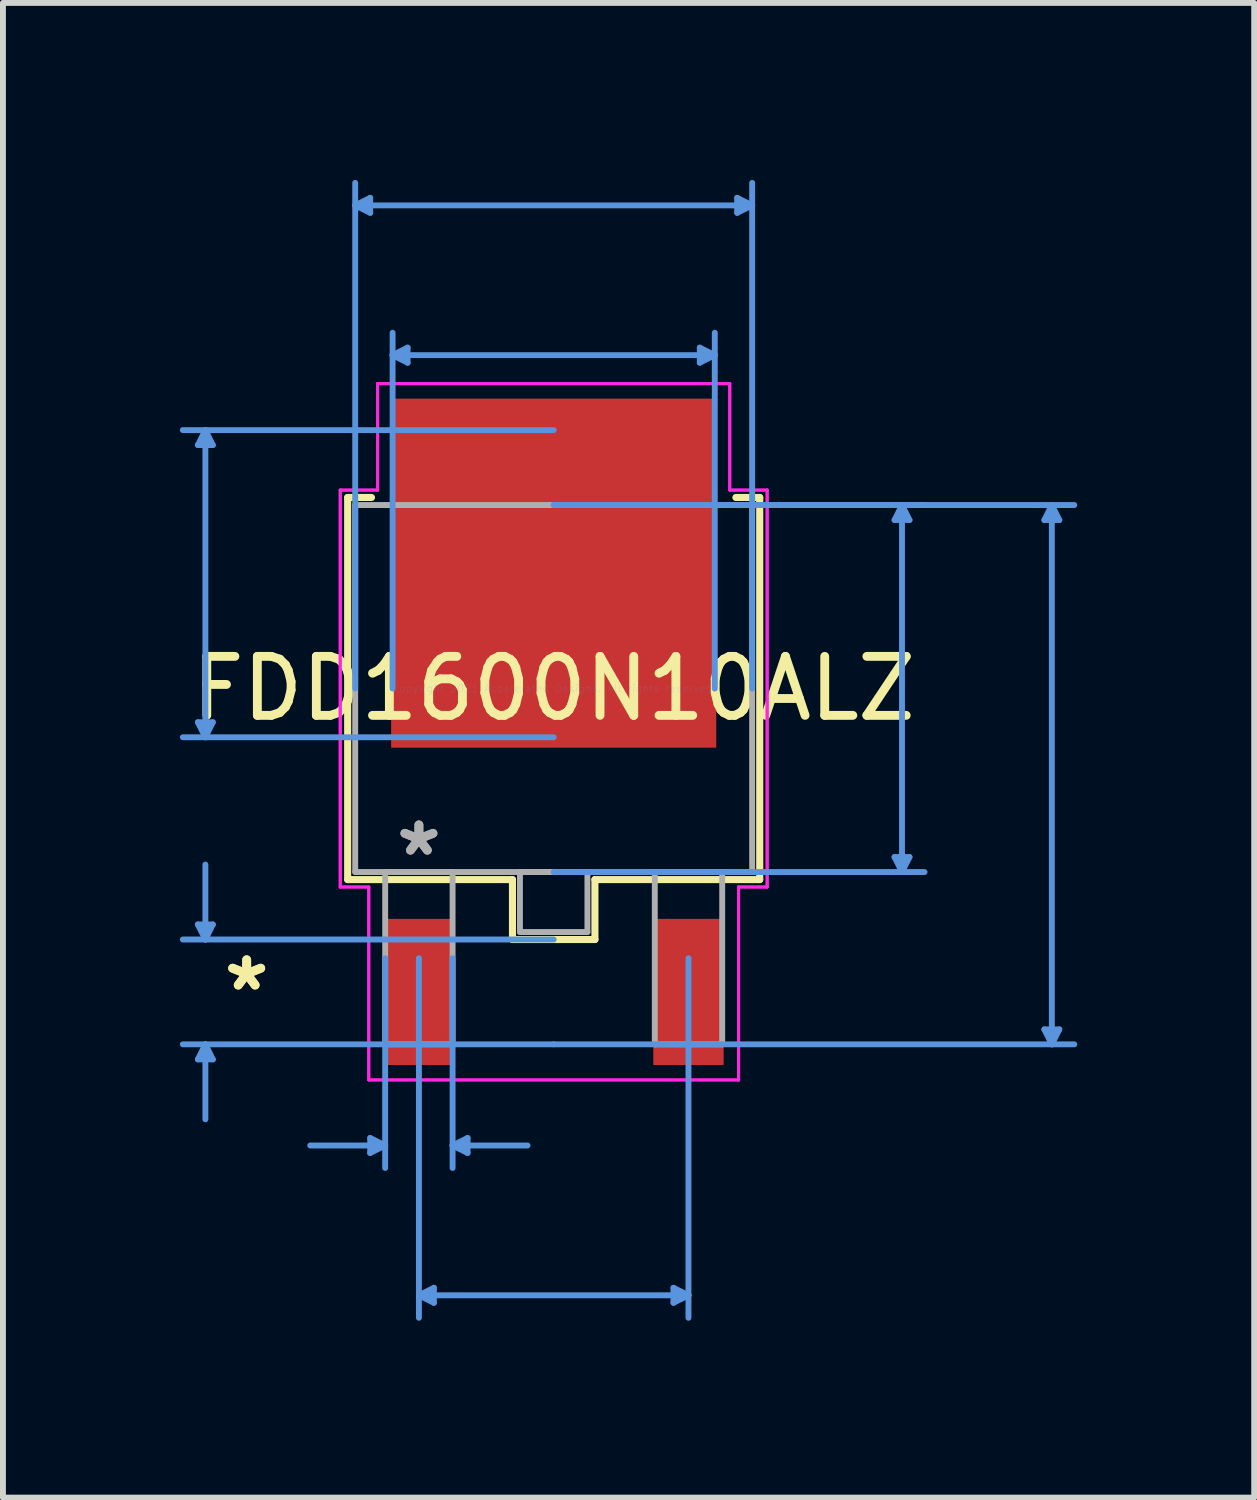
<source format=kicad_pcb>
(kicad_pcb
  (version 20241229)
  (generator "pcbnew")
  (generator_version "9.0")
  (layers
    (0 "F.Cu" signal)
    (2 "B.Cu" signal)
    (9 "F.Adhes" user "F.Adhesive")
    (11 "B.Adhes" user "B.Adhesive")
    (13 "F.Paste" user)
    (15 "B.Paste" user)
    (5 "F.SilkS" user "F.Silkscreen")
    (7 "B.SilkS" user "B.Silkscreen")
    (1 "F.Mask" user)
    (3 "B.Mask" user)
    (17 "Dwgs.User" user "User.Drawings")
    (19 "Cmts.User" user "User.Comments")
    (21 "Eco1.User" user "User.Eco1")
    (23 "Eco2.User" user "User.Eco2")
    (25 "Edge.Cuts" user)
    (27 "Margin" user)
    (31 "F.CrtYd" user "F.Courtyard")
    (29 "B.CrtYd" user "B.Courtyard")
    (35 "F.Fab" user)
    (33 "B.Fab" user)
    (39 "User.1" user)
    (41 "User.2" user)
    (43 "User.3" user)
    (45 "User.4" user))
  (footprint "FDD1600N10ALZ"
    (layer "F.Cu")
    (at 6.337 8.623)
    (property "Reference" "FDD1600N10ALZ" (at 0 0 0) (layer "F.SilkS") (effects (font (size 1 1) (thickness 0.15))))
    (attr through_hole)
    (fp_line (start -3.493 -3.239) (end -3.493 3.239) (stroke (width 0.12) (type solid)) (layer "F.SilkS"))
    (fp_line (start -3.493 3.239) (end -0.699 3.239) (stroke (width 0.12) (type solid)) (layer "F.SilkS"))
    (fp_line (start -3.089 -3.239) (end -3.493 -3.239) (stroke (width 0.12) (type solid)) (layer "F.SilkS"))
    (fp_line (start -0.699 3.239) (end -0.699 4.255) (stroke (width 0.12) (type solid)) (layer "F.SilkS"))
    (fp_line (start -0.699 4.255) (end 0.699 4.255) (stroke (width 0.12) (type solid)) (layer "F.SilkS"))
    (fp_line (start 0.699 3.239) (end 3.493 3.239) (stroke (width 0.12) (type solid)) (layer "F.SilkS"))
    (fp_line (start 0.699 4.255) (end 0.699 3.239) (stroke (width 0.12) (type solid)) (layer "F.SilkS"))
    (fp_line (start 3.493 -3.239) (end 3.089 -3.239) (stroke (width 0.12) (type solid)) (layer "F.SilkS"))
    (fp_line (start 3.493 3.239) (end 3.493 -3.239) (stroke (width 0.12) (type solid)) (layer "F.SilkS"))
    (fp_line (start -6.032 -4.128) (end -5.779 -4.128) (stroke (width 0.1) (type solid)) (layer "Cmts.User"))
    (fp_line (start -6.032 0.572) (end -5.779 0.572) (stroke (width 0.1) (type solid)) (layer "Cmts.User"))
    (fp_line (start -6.032 4) (end -5.779 4) (stroke (width 0.1) (type solid)) (layer "Cmts.User"))
    (fp_line (start -6.032 6.287) (end -5.779 6.287) (stroke (width 0.1) (type solid)) (layer "Cmts.User"))
    (fp_line (start -5.905 -4.381) (end -6.032 -4.128) (stroke (width 0.1) (type solid)) (layer "Cmts.User"))
    (fp_line (start -5.905 -4.381) (end -5.905 0.826) (stroke (width 0.1) (type solid)) (layer "Cmts.User"))
    (fp_line (start -5.905 -4.381) (end -5.779 -4.128) (stroke (width 0.1) (type solid)) (layer "Cmts.User"))
    (fp_line (start -5.905 0.826) (end -6.032 0.572) (stroke (width 0.1) (type solid)) (layer "Cmts.User"))
    (fp_line (start -5.905 0.826) (end -5.779 0.572) (stroke (width 0.1) (type solid)) (layer "Cmts.User"))
    (fp_line (start -5.905 4.255) (end -6.032 4) (stroke (width 0.1) (type solid)) (layer "Cmts.User"))
    (fp_line (start -5.905 4.255) (end -5.905 2.985) (stroke (width 0.1) (type solid)) (layer "Cmts.User"))
    (fp_line (start -5.905 4.255) (end -5.779 4) (stroke (width 0.1) (type solid)) (layer "Cmts.User"))
    (fp_line (start -5.905 6.032) (end -6.032 6.287) (stroke (width 0.1) (type solid)) (layer "Cmts.User"))
    (fp_line (start -5.905 6.032) (end -5.905 7.303) (stroke (width 0.1) (type solid)) (layer "Cmts.User"))
    (fp_line (start -5.905 6.032) (end -5.779 6.287) (stroke (width 0.1) (type solid)) (layer "Cmts.User"))
    (fp_line (start -3.365 -8.191) (end -3.111 -8.319) (stroke (width 0.1) (type solid)) (layer "Cmts.User"))
    (fp_line (start -3.365 -8.191) (end -3.111 -8.065) (stroke (width 0.1) (type solid)) (layer "Cmts.User"))
    (fp_line (start -3.365 -8.191) (end 3.365 -8.191) (stroke (width 0.1) (type solid)) (layer "Cmts.User"))
    (fp_line (start -3.365 0) (end -3.365 -8.572) (stroke (width 0.1) (type solid)) (layer "Cmts.User"))
    (fp_line (start -3.111 -8.319) (end -3.111 -8.065) (stroke (width 0.1) (type solid)) (layer "Cmts.User"))
    (fp_line (start -3.111 7.62) (end -3.111 7.874) (stroke (width 0.1) (type solid)) (layer "Cmts.User"))
    (fp_line (start -2.857 4.572) (end -2.857 8.128) (stroke (width 0.1) (type solid)) (layer "Cmts.User"))
    (fp_line (start -2.857 7.747) (end -4.127 7.747) (stroke (width 0.1) (type solid)) (layer "Cmts.User"))
    (fp_line (start -2.857 7.747) (end -3.111 7.62) (stroke (width 0.1) (type solid)) (layer "Cmts.User"))
    (fp_line (start -2.857 7.747) (end -3.111 7.874) (stroke (width 0.1) (type solid)) (layer "Cmts.User"))
    (fp_line (start -2.731 -5.652) (end -2.477 -5.779) (stroke (width 0.1) (type solid)) (layer "Cmts.User"))
    (fp_line (start -2.731 -5.652) (end -2.477 -5.524) (stroke (width 0.1) (type solid)) (layer "Cmts.User"))
    (fp_line (start -2.731 -5.652) (end 2.731 -5.652) (stroke (width 0.1) (type solid)) (layer "Cmts.User"))
    (fp_line (start -2.731 0) (end -2.731 -6.032) (stroke (width 0.1) (type solid)) (layer "Cmts.User"))
    (fp_line (start -2.477 -5.779) (end -2.477 -5.524) (stroke (width 0.1) (type solid)) (layer "Cmts.User"))
    (fp_line (start -2.285 4.572) (end -2.285 10.668) (stroke (width 0.1) (type solid)) (layer "Cmts.User"))
    (fp_line (start -2.285 10.287) (end -2.031 10.16) (stroke (width 0.1) (type solid)) (layer "Cmts.User"))
    (fp_line (start -2.285 10.287) (end -2.031 10.414) (stroke (width 0.1) (type solid)) (layer "Cmts.User"))
    (fp_line (start -2.285 10.287) (end 2.285 10.287) (stroke (width 0.1) (type solid)) (layer "Cmts.User"))
    (fp_line (start -2.031 10.16) (end -2.031 10.414) (stroke (width 0.1) (type solid)) (layer "Cmts.User"))
    (fp_line (start -1.714 4.572) (end -1.714 8.128) (stroke (width 0.1) (type solid)) (layer "Cmts.User"))
    (fp_line (start -1.714 7.747) (end -1.46 7.62) (stroke (width 0.1) (type solid)) (layer "Cmts.User"))
    (fp_line (start -1.714 7.747) (end -1.46 7.874) (stroke (width 0.1) (type solid)) (layer "Cmts.User"))
    (fp_line (start -1.714 7.747) (end -0.444 7.747) (stroke (width 0.1) (type solid)) (layer "Cmts.User"))
    (fp_line (start -1.46 7.62) (end -1.46 7.874) (stroke (width 0.1) (type solid)) (layer "Cmts.User"))
    (fp_line (start 0 -4.381) (end -6.287 -4.381) (stroke (width 0.1) (type solid)) (layer "Cmts.User"))
    (fp_line (start 0 -3.111) (end 6.287 -3.111) (stroke (width 0.1) (type solid)) (layer "Cmts.User"))
    (fp_line (start 0 -3.111) (end 8.826 -3.111) (stroke (width 0.1) (type solid)) (layer "Cmts.User"))
    (fp_line (start 0 0.826) (end -6.287 0.826) (stroke (width 0.1) (type solid)) (layer "Cmts.User"))
    (fp_line (start 0 3.111) (end 6.287 3.111) (stroke (width 0.1) (type solid)) (layer "Cmts.User"))
    (fp_line (start 0 4.255) (end -6.287 4.255) (stroke (width 0.1) (type solid)) (layer "Cmts.User"))
    (fp_line (start 0 6.032) (end -6.287 6.032) (stroke (width 0.1) (type solid)) (layer "Cmts.User"))
    (fp_line (start 0 6.032) (end 8.826 6.032) (stroke (width 0.1) (type solid)) (layer "Cmts.User"))
    (fp_line (start 2.031 10.16) (end 2.031 10.414) (stroke (width 0.1) (type solid)) (layer "Cmts.User"))
    (fp_line (start 2.285 4.572) (end 2.285 10.668) (stroke (width 0.1) (type solid)) (layer "Cmts.User"))
    (fp_line (start 2.285 10.287) (end 2.031 10.16) (stroke (width 0.1) (type solid)) (layer "Cmts.User"))
    (fp_line (start 2.285 10.287) (end 2.031 10.414) (stroke (width 0.1) (type solid)) (layer "Cmts.User"))
    (fp_line (start 2.477 -5.779) (end 2.477 -5.524) (stroke (width 0.1) (type solid)) (layer "Cmts.User"))
    (fp_line (start 2.731 -5.652) (end 2.477 -5.779) (stroke (width 0.1) (type solid)) (layer "Cmts.User"))
    (fp_line (start 2.731 -5.652) (end 2.477 -5.524) (stroke (width 0.1) (type solid)) (layer "Cmts.User"))
    (fp_line (start 2.731 0) (end 2.731 -6.032) (stroke (width 0.1) (type solid)) (layer "Cmts.User"))
    (fp_line (start 3.111 -8.319) (end 3.111 -8.065) (stroke (width 0.1) (type solid)) (layer "Cmts.User"))
    (fp_line (start 3.365 -8.191) (end 3.111 -8.319) (stroke (width 0.1) (type solid)) (layer "Cmts.User"))
    (fp_line (start 3.365 -8.191) (end 3.111 -8.065) (stroke (width 0.1) (type solid)) (layer "Cmts.User"))
    (fp_line (start 3.365 0) (end 3.365 -8.572) (stroke (width 0.1) (type solid)) (layer "Cmts.User"))
    (fp_line (start 5.779 -2.857) (end 6.032 -2.857) (stroke (width 0.1) (type solid)) (layer "Cmts.User"))
    (fp_line (start 5.779 2.857) (end 6.032 2.857) (stroke (width 0.1) (type solid)) (layer "Cmts.User"))
    (fp_line (start 5.905 -3.111) (end 5.779 -2.857) (stroke (width 0.1) (type solid)) (layer "Cmts.User"))
    (fp_line (start 5.905 -3.111) (end 5.905 3.111) (stroke (width 0.1) (type solid)) (layer "Cmts.User"))
    (fp_line (start 5.905 -3.111) (end 6.032 -2.857) (stroke (width 0.1) (type solid)) (layer "Cmts.User"))
    (fp_line (start 5.905 3.111) (end 5.779 2.857) (stroke (width 0.1) (type solid)) (layer "Cmts.User"))
    (fp_line (start 5.905 3.111) (end 6.032 2.857) (stroke (width 0.1) (type solid)) (layer "Cmts.User"))
    (fp_line (start 8.319 -2.857) (end 8.572 -2.857) (stroke (width 0.1) (type solid)) (layer "Cmts.User"))
    (fp_line (start 8.319 5.779) (end 8.572 5.779) (stroke (width 0.1) (type solid)) (layer "Cmts.User"))
    (fp_line (start 8.445 -3.111) (end 8.319 -2.857) (stroke (width 0.1) (type solid)) (layer "Cmts.User"))
    (fp_line (start 8.445 -3.111) (end 8.445 6.032) (stroke (width 0.1) (type solid)) (layer "Cmts.User"))
    (fp_line (start 8.445 -3.111) (end 8.572 -2.857) (stroke (width 0.1) (type solid)) (layer "Cmts.User"))
    (fp_line (start 8.445 6.032) (end 8.319 5.779) (stroke (width 0.1) (type solid)) (layer "Cmts.User"))
    (fp_line (start 8.445 6.032) (end 8.572 5.779) (stroke (width 0.1) (type solid)) (layer "Cmts.User"))
    (fp_line (start -3.619 -3.365) (end -2.985 -3.365) (stroke (width 0.05) (type solid)) (layer "F.CrtYd"))
    (fp_line (start -3.619 -3.365) (end -2.985 -3.365) (stroke (width 0.05) (type solid)) (layer "F.CrtYd"))
    (fp_line (start -3.619 3.365) (end -3.619 -3.365) (stroke (width 0.05) (type solid)) (layer "F.CrtYd"))
    (fp_line (start -3.619 3.365) (end -3.619 -3.365) (stroke (width 0.05) (type solid)) (layer "F.CrtYd"))
    (fp_line (start -3.135 3.365) (end -3.619 3.365) (stroke (width 0.05) (type solid)) (layer "F.CrtYd"))
    (fp_line (start -3.135 3.365) (end -3.619 3.365) (stroke (width 0.05) (type solid)) (layer "F.CrtYd"))
    (fp_line (start -3.135 6.636) (end -3.135 3.365) (stroke (width 0.05) (type solid)) (layer "F.CrtYd"))
    (fp_line (start -3.135 6.636) (end -3.135 3.365) (stroke (width 0.05) (type solid)) (layer "F.CrtYd"))
    (fp_line (start -2.985 -5.169) (end 2.985 -5.169) (stroke (width 0.05) (type solid)) (layer "F.CrtYd"))
    (fp_line (start -2.985 -5.169) (end 2.985 -5.169) (stroke (width 0.05) (type solid)) (layer "F.CrtYd"))
    (fp_line (start -2.985 -3.365) (end -2.985 -5.169) (stroke (width 0.05) (type solid)) (layer "F.CrtYd"))
    (fp_line (start -2.985 -3.365) (end -2.985 -5.169) (stroke (width 0.05) (type solid)) (layer "F.CrtYd"))
    (fp_line (start 2.985 -5.169) (end 2.985 -3.365) (stroke (width 0.05) (type solid)) (layer "F.CrtYd"))
    (fp_line (start 2.985 -5.169) (end 2.985 -3.365) (stroke (width 0.05) (type solid)) (layer "F.CrtYd"))
    (fp_line (start 2.985 -3.365) (end 3.619 -3.365) (stroke (width 0.05) (type solid)) (layer "F.CrtYd"))
    (fp_line (start 2.985 -3.365) (end 3.619 -3.365) (stroke (width 0.05) (type solid)) (layer "F.CrtYd"))
    (fp_line (start 3.135 3.365) (end 3.135 6.636) (stroke (width 0.05) (type solid)) (layer "F.CrtYd"))
    (fp_line (start 3.135 3.365) (end 3.135 6.636) (stroke (width 0.05) (type solid)) (layer "F.CrtYd"))
    (fp_line (start 3.135 6.636) (end -3.135 6.636) (stroke (width 0.05) (type solid)) (layer "F.CrtYd"))
    (fp_line (start 3.135 6.636) (end -3.135 6.636) (stroke (width 0.05) (type solid)) (layer "F.CrtYd"))
    (fp_line (start 3.619 -3.365) (end 3.619 3.365) (stroke (width 0.05) (type solid)) (layer "F.CrtYd"))
    (fp_line (start 3.619 -3.365) (end 3.619 3.365) (stroke (width 0.05) (type solid)) (layer "F.CrtYd"))
    (fp_line (start 3.619 3.365) (end 3.135 3.365) (stroke (width 0.05) (type solid)) (layer "F.CrtYd"))
    (fp_line (start 3.619 3.365) (end 3.135 3.365) (stroke (width 0.05) (type solid)) (layer "F.CrtYd"))
    (fp_line (start -3.365 -3.111) (end -3.365 3.111) (stroke (width 0.1) (type solid)) (layer "F.Fab"))
    (fp_line (start -3.365 3.111) (end 3.365 3.111) (stroke (width 0.1) (type solid)) (layer "F.Fab"))
    (fp_line (start -2.857 3.111) (end -2.857 6.032) (stroke (width 0.1) (type solid)) (layer "F.Fab"))
    (fp_line (start -2.857 6.032) (end -1.714 6.032) (stroke (width 0.1) (type solid)) (layer "F.Fab"))
    (fp_line (start -1.714 3.111) (end -2.857 3.111) (stroke (width 0.1) (type solid)) (layer "F.Fab"))
    (fp_line (start -1.714 6.032) (end -1.714 3.111) (stroke (width 0.1) (type solid)) (layer "F.Fab"))
    (fp_line (start -0.572 3.111) (end -0.572 4.128) (stroke (width 0.1) (type solid)) (layer "F.Fab"))
    (fp_line (start -0.572 4.128) (end 0.572 4.128) (stroke (width 0.1) (type solid)) (layer "F.Fab"))
    (fp_line (start 0.572 3.111) (end -0.572 3.111) (stroke (width 0.1) (type solid)) (layer "F.Fab"))
    (fp_line (start 0.572 4.128) (end 0.572 3.111) (stroke (width 0.1) (type solid)) (layer "F.Fab"))
    (fp_line (start 1.714 3.111) (end 1.714 6.032) (stroke (width 0.1) (type solid)) (layer "F.Fab"))
    (fp_line (start 1.714 6.032) (end 2.857 6.032) (stroke (width 0.1) (type solid)) (layer "F.Fab"))
    (fp_line (start 2.857 3.111) (end 1.714 3.111) (stroke (width 0.1) (type solid)) (layer "F.Fab"))
    (fp_line (start 2.857 6.032) (end 2.857 3.111) (stroke (width 0.1) (type solid)) (layer "F.Fab"))
    (fp_line (start 3.365 -3.111) (end -3.365 -3.111) (stroke (width 0.1) (type solid)) (layer "F.Fab"))
    (fp_line (start 3.365 3.111) (end 3.365 -3.111) (stroke (width 0.1) (type solid)) (layer "F.Fab"))
    (fp_text user "*" (at -5.205 5.144 0) (layer "F.SilkS") (effects (font (size 1 1) (thickness 0.15))))
    (fp_text user "*" (at -5.205 5.144 0) (layer "F.SilkS") (effects (font (size 1 1) (thickness 0.15))))
    (fp_text user "Copyright 2021 Accelerated Designs. All rights reserved." (at 0 0 0) (layer "Cmts.User") (effects (font (size 0.127 0.127) (thickness 0.002))))
    (fp_text user "*" (at -2.285 2.857 0) (layer "F.Fab") (effects (font (size 1 1) (thickness 0.15))))
    (fp_text user "*" (at -2.285 2.857 0) (layer "F.Fab") (effects (font (size 1 1) (thickness 0.15))))
    (pad "1" smd rect (at -2.285 5.144) (size 1.193 2.478) (layers "F.Cu" "F.Mask" "F.Paste"))
    (pad "2" smd rect (at 2.285 5.144) (size 1.193 2.478) (layers "F.Cu" "F.Mask" "F.Paste"))
    (pad "3" smd rect (at 0 -1.956) (size 5.512 5.918) (layers "F.Cu" "F.Mask" "F.Paste")))
  (gr_rect
    (start -3 -3)
    (end 18.213 22.34)
    (stroke (width 0.1) (type default))
    (fill no)
    (layer "Edge.Cuts")))
</source>
